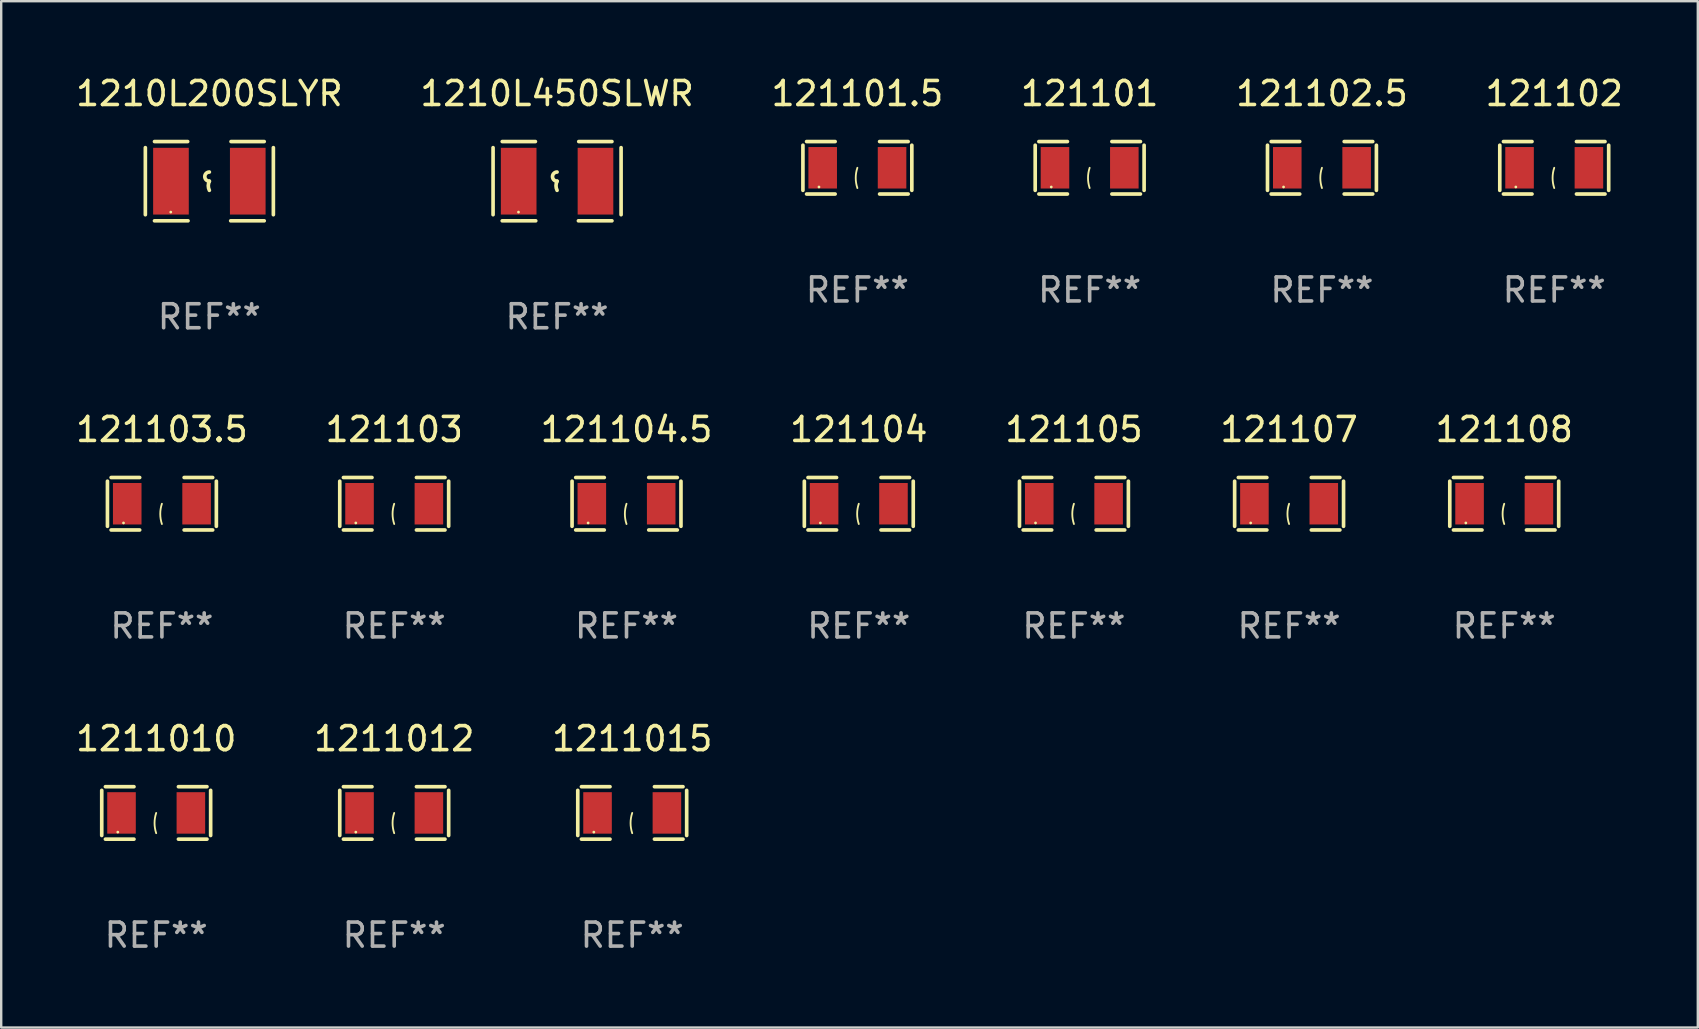
<source format=kicad_pcb>
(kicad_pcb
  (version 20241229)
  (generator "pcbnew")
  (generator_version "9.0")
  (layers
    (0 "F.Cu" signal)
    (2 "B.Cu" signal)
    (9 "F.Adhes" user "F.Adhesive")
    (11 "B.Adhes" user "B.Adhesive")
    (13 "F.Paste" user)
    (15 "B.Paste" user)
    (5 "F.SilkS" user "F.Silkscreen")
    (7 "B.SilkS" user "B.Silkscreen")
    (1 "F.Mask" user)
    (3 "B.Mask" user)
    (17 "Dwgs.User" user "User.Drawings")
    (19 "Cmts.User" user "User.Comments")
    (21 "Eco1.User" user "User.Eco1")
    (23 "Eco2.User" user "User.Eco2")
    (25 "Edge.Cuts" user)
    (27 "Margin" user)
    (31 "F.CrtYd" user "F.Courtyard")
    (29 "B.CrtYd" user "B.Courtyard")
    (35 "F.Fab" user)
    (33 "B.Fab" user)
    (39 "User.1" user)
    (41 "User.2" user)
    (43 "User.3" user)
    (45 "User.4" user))
  (footprint "1211012"
    (layer "F.Cu")
    (at 13.375 30.821)
    (property "Reference" "1211012" (at 0 -3.093 0) (layer "F.SilkS") (effects (font (size 1 1) (thickness 0.15))))
    (attr through_hole)
    (fp_line (start -2.269 -0.94) (end -2.269 0.94) (stroke (width 0.152) (type solid)) (layer "F.SilkS"))
    (fp_line (start -2.116 1.093) (end -0.926 1.093) (stroke (width 0.152) (type solid)) (layer "F.SilkS"))
    (fp_line (start -0.926 -1.093) (end -2.116 -1.093) (stroke (width 0.152) (type solid)) (layer "F.SilkS"))
    (fp_line (start 0.926 -1.093) (end 2.116 -1.093) (stroke (width 0.152) (type solid)) (layer "F.SilkS"))
    (fp_line (start 2.116 1.093) (end 0.926 1.093) (stroke (width 0.152) (type solid)) (layer "F.SilkS"))
    (fp_line (start 2.269 -0.94) (end 2.269 0.94) (stroke (width 0.152) (type solid)) (layer "F.SilkS"))
    (fp_arc (start 0 0.844951) (mid -0.068559 0.422475) (end 0 0) (stroke (width 0.0762) (type solid)) (layer "F.SilkS"))
    (fp_circle (center -1.6 0.8) (end -1.57 0.8) (stroke (width 0.06) (type solid)) (fill no) (layer "F.SilkS"))
    (fp_text user "REF**" (at 0 5.093 0) (layer "F.Fab") (effects (font (size 1 1) (thickness 0.15))))
    (pad "1" smd rect (at -1.445 0) (size 1.19 1.728) (layers "F.Cu" "F.Mask" "F.Paste"))
    (pad "2" smd rect (at 1.445 0) (size 1.19 1.728) (layers "F.Cu" "F.Mask" "F.Paste")))
  (footprint "1210L200SLYR"
    (layer "F.Cu")
    (at 5.673 4.499)
    (property "Reference" "1210L200SLYR" (at 0 -3.651 0) (layer "F.SilkS") (effects (font (size 1 1) (thickness 0.15))))
    (attr through_hole)
    (fp_line (start -2.667 -1.397) (end -2.667 1.397) (stroke (width 0.152) (type solid)) (layer "F.SilkS"))
    (fp_line (start -2.286 -1.651) (end -0.903 -1.651) (stroke (width 0.152) (type solid)) (layer "F.SilkS"))
    (fp_line (start -0.889 1.651) (end -2.286 1.651) (stroke (width 0.152) (type solid)) (layer "F.SilkS"))
    (fp_line (start 0.889 1.651) (end 2.286 1.651) (stroke (width 0.152) (type solid)) (layer "F.SilkS"))
    (fp_line (start 2.286 -1.651) (end 0.903 -1.651) (stroke (width 0.152) (type solid)) (layer "F.SilkS"))
    (fp_line (start 2.667 -1.397) (end 2.667 1.397) (stroke (width 0.152) (type solid)) (layer "F.SilkS"))
    (fp_arc (start 0 0) (mid -0.1905 -0.1905) (end 0 -0.381) (stroke (width 0.151994) (type solid)) (layer "F.SilkS"))
    (fp_arc (start 0 0.381001) (mid -0.044971 0.1905) (end 0 0) (stroke (width 0.151994) (type solid)) (layer "F.SilkS"))
    (fp_circle (center -1.608 1.288) (end -1.578 1.288) (stroke (width 0.06) (type solid)) (fill no) (layer "F.SilkS"))
    (fp_text user "REF**" (at 0 5.651 0) (layer "F.Fab") (effects (font (size 1 1) (thickness 0.15))))
    (pad "1" smd rect (at -1.6 0) (size 1.485 2.781) (layers "F.Cu" "F.Mask" "F.Paste"))
    (pad "2" smd rect (at 1.6 0) (size 1.485 2.781) (layers "F.Cu" "F.Mask" "F.Paste")))
  (footprint "121102.5"
    (layer "F.Cu")
    (at 52.03 3.941)
    (property "Reference" "121102.5" (at 0 -3.093 0) (layer "F.SilkS") (effects (font (size 1 1) (thickness 0.15))))
    (attr through_hole)
    (fp_line (start -2.269 -0.94) (end -2.269 0.94) (stroke (width 0.152) (type solid)) (layer "F.SilkS"))
    (fp_line (start -2.116 1.093) (end -0.926 1.093) (stroke (width 0.152) (type solid)) (layer "F.SilkS"))
    (fp_line (start -0.926 -1.093) (end -2.116 -1.093) (stroke (width 0.152) (type solid)) (layer "F.SilkS"))
    (fp_line (start 0.926 -1.093) (end 2.116 -1.093) (stroke (width 0.152) (type solid)) (layer "F.SilkS"))
    (fp_line (start 2.116 1.093) (end 0.926 1.093) (stroke (width 0.152) (type solid)) (layer "F.SilkS"))
    (fp_line (start 2.269 -0.94) (end 2.269 0.94) (stroke (width 0.152) (type solid)) (layer "F.SilkS"))
    (fp_arc (start 0 0.844951) (mid -0.068559 0.422475) (end 0 0) (stroke (width 0.0762) (type solid)) (layer "F.SilkS"))
    (fp_circle (center -1.6 0.8) (end -1.57 0.8) (stroke (width 0.06) (type solid)) (fill no) (layer "F.SilkS"))
    (fp_text user "REF**" (at 0 5.093 0) (layer "F.Fab") (effects (font (size 1 1) (thickness 0.15))))
    (pad "1" smd rect (at -1.445 0) (size 1.19 1.728) (layers "F.Cu" "F.Mask" "F.Paste"))
    (pad "2" smd rect (at 1.445 0) (size 1.19 1.728) (layers "F.Cu" "F.Mask" "F.Paste")))
  (footprint "121101"
    (layer "F.Cu")
    (at 42.351 3.941)
    (property "Reference" "121101" (at 0 -3.093 0) (layer "F.SilkS") (effects (font (size 1 1) (thickness 0.15))))
    (attr through_hole)
    (fp_line (start -2.269 -0.94) (end -2.269 0.94) (stroke (width 0.152) (type solid)) (layer "F.SilkS"))
    (fp_line (start -2.116 1.093) (end -0.926 1.093) (stroke (width 0.152) (type solid)) (layer "F.SilkS"))
    (fp_line (start -0.926 -1.093) (end -2.116 -1.093) (stroke (width 0.152) (type solid)) (layer "F.SilkS"))
    (fp_line (start 0.926 -1.093) (end 2.116 -1.093) (stroke (width 0.152) (type solid)) (layer "F.SilkS"))
    (fp_line (start 2.116 1.093) (end 0.926 1.093) (stroke (width 0.152) (type solid)) (layer "F.SilkS"))
    (fp_line (start 2.269 -0.94) (end 2.269 0.94) (stroke (width 0.152) (type solid)) (layer "F.SilkS"))
    (fp_arc (start 0 0.844951) (mid -0.068559 0.422475) (end 0 0) (stroke (width 0.0762) (type solid)) (layer "F.SilkS"))
    (fp_circle (center -1.6 0.8) (end -1.57 0.8) (stroke (width 0.06) (type solid)) (fill no) (layer "F.SilkS"))
    (fp_text user "REF**" (at 0 5.093 0) (layer "F.Fab") (effects (font (size 1 1) (thickness 0.15))))
    (pad "1" smd rect (at -1.445 0) (size 1.19 1.728) (layers "F.Cu" "F.Mask" "F.Paste"))
    (pad "2" smd rect (at 1.445 0) (size 1.19 1.728) (layers "F.Cu" "F.Mask" "F.Paste")))
  (footprint "121101.5"
    (layer "F.Cu")
    (at 32.673 3.941)
    (property "Reference" "121101.5" (at 0 -3.093 0) (layer "F.SilkS") (effects (font (size 1 1) (thickness 0.15))))
    (attr through_hole)
    (fp_line (start -2.269 -0.94) (end -2.269 0.94) (stroke (width 0.152) (type solid)) (layer "F.SilkS"))
    (fp_line (start -2.116 1.093) (end -0.926 1.093) (stroke (width 0.152) (type solid)) (layer "F.SilkS"))
    (fp_line (start -0.926 -1.093) (end -2.116 -1.093) (stroke (width 0.152) (type solid)) (layer "F.SilkS"))
    (fp_line (start 0.926 -1.093) (end 2.116 -1.093) (stroke (width 0.152) (type solid)) (layer "F.SilkS"))
    (fp_line (start 2.116 1.093) (end 0.926 1.093) (stroke (width 0.152) (type solid)) (layer "F.SilkS"))
    (fp_line (start 2.269 -0.94) (end 2.269 0.94) (stroke (width 0.152) (type solid)) (layer "F.SilkS"))
    (fp_arc (start 0 0.844951) (mid -0.068559 0.422475) (end 0 0) (stroke (width 0.0762) (type solid)) (layer "F.SilkS"))
    (fp_circle (center -1.6 0.8) (end -1.57 0.8) (stroke (width 0.06) (type solid)) (fill no) (layer "F.SilkS"))
    (fp_text user "REF**" (at 0 5.093 0) (layer "F.Fab") (effects (font (size 1 1) (thickness 0.15))))
    (pad "1" smd rect (at -1.445 0) (size 1.19 1.728) (layers "F.Cu" "F.Mask" "F.Paste"))
    (pad "2" smd rect (at 1.445 0) (size 1.19 1.728) (layers "F.Cu" "F.Mask" "F.Paste")))
  (footprint "121104.5"
    (layer "F.Cu")
    (at 23.054 17.939)
    (property "Reference" "121104.5" (at 0 -3.093 0) (layer "F.SilkS") (effects (font (size 1 1) (thickness 0.15))))
    (attr through_hole)
    (fp_line (start -2.269 -0.94) (end -2.269 0.94) (stroke (width 0.152) (type solid)) (layer "F.SilkS"))
    (fp_line (start -2.116 1.093) (end -0.926 1.093) (stroke (width 0.152) (type solid)) (layer "F.SilkS"))
    (fp_line (start -0.926 -1.093) (end -2.116 -1.093) (stroke (width 0.152) (type solid)) (layer "F.SilkS"))
    (fp_line (start 0.926 -1.093) (end 2.116 -1.093) (stroke (width 0.152) (type solid)) (layer "F.SilkS"))
    (fp_line (start 2.116 1.093) (end 0.926 1.093) (stroke (width 0.152) (type solid)) (layer "F.SilkS"))
    (fp_line (start 2.269 -0.94) (end 2.269 0.94) (stroke (width 0.152) (type solid)) (layer "F.SilkS"))
    (fp_arc (start 0 0.844951) (mid -0.068559 0.422475) (end 0 0) (stroke (width 0.0762) (type solid)) (layer "F.SilkS"))
    (fp_circle (center -1.6 0.8) (end -1.57 0.8) (stroke (width 0.06) (type solid)) (fill no) (layer "F.SilkS"))
    (fp_text user "REF**" (at 0 5.093 0) (layer "F.Fab") (effects (font (size 1 1) (thickness 0.15))))
    (pad "1" smd rect (at -1.445 0) (size 1.19 1.728) (layers "F.Cu" "F.Mask" "F.Paste"))
    (pad "2" smd rect (at 1.445 0) (size 1.19 1.728) (layers "F.Cu" "F.Mask" "F.Paste")))
  (footprint "121105"
    (layer "F.Cu")
    (at 41.696 17.939)
    (property "Reference" "121105" (at 0 -3.093 0) (layer "F.SilkS") (effects (font (size 1 1) (thickness 0.15))))
    (attr through_hole)
    (fp_line (start -2.269 -0.94) (end -2.269 0.94) (stroke (width 0.152) (type solid)) (layer "F.SilkS"))
    (fp_line (start -2.116 1.093) (end -0.926 1.093) (stroke (width 0.152) (type solid)) (layer "F.SilkS"))
    (fp_line (start -0.926 -1.093) (end -2.116 -1.093) (stroke (width 0.152) (type solid)) (layer "F.SilkS"))
    (fp_line (start 0.926 -1.093) (end 2.116 -1.093) (stroke (width 0.152) (type solid)) (layer "F.SilkS"))
    (fp_line (start 2.116 1.093) (end 0.926 1.093) (stroke (width 0.152) (type solid)) (layer "F.SilkS"))
    (fp_line (start 2.269 -0.94) (end 2.269 0.94) (stroke (width 0.152) (type solid)) (layer "F.SilkS"))
    (fp_arc (start 0 0.844951) (mid -0.068559 0.422475) (end 0 0) (stroke (width 0.0762) (type solid)) (layer "F.SilkS"))
    (fp_circle (center -1.6 0.8) (end -1.57 0.8) (stroke (width 0.06) (type solid)) (fill no) (layer "F.SilkS"))
    (fp_text user "REF**" (at 0 5.093 0) (layer "F.Fab") (effects (font (size 1 1) (thickness 0.15))))
    (pad "1" smd rect (at -1.445 0) (size 1.19 1.728) (layers "F.Cu" "F.Mask" "F.Paste"))
    (pad "2" smd rect (at 1.445 0) (size 1.19 1.728) (layers "F.Cu" "F.Mask" "F.Paste")))
  (footprint "121103.5"
    (layer "F.Cu")
    (at 3.696 17.939)
    (property "Reference" "121103.5" (at 0 -3.093 0) (layer "F.SilkS") (effects (font (size 1 1) (thickness 0.15))))
    (attr through_hole)
    (fp_line (start -2.269 -0.94) (end -2.269 0.94) (stroke (width 0.152) (type solid)) (layer "F.SilkS"))
    (fp_line (start -2.116 1.093) (end -0.926 1.093) (stroke (width 0.152) (type solid)) (layer "F.SilkS"))
    (fp_line (start -0.926 -1.093) (end -2.116 -1.093) (stroke (width 0.152) (type solid)) (layer "F.SilkS"))
    (fp_line (start 0.926 -1.093) (end 2.116 -1.093) (stroke (width 0.152) (type solid)) (layer "F.SilkS"))
    (fp_line (start 2.116 1.093) (end 0.926 1.093) (stroke (width 0.152) (type solid)) (layer "F.SilkS"))
    (fp_line (start 2.269 -0.94) (end 2.269 0.94) (stroke (width 0.152) (type solid)) (layer "F.SilkS"))
    (fp_arc (start 0 0.844951) (mid -0.068559 0.422475) (end 0 0) (stroke (width 0.0762) (type solid)) (layer "F.SilkS"))
    (fp_circle (center -1.6 0.8) (end -1.57 0.8) (stroke (width 0.06) (type solid)) (fill no) (layer "F.SilkS"))
    (fp_text user "REF**" (at 0 5.093 0) (layer "F.Fab") (effects (font (size 1 1) (thickness 0.15))))
    (pad "1" smd rect (at -1.445 0) (size 1.19 1.728) (layers "F.Cu" "F.Mask" "F.Paste"))
    (pad "2" smd rect (at 1.445 0) (size 1.19 1.728) (layers "F.Cu" "F.Mask" "F.Paste")))
  (footprint "121102"
    (layer "F.Cu")
    (at 61.708 3.941)
    (property "Reference" "121102" (at 0 -3.093 0) (layer "F.SilkS") (effects (font (size 1 1) (thickness 0.15))))
    (attr through_hole)
    (fp_line (start -2.269 -0.94) (end -2.269 0.94) (stroke (width 0.152) (type solid)) (layer "F.SilkS"))
    (fp_line (start -2.116 1.093) (end -0.926 1.093) (stroke (width 0.152) (type solid)) (layer "F.SilkS"))
    (fp_line (start -0.926 -1.093) (end -2.116 -1.093) (stroke (width 0.152) (type solid)) (layer "F.SilkS"))
    (fp_line (start 0.926 -1.093) (end 2.116 -1.093) (stroke (width 0.152) (type solid)) (layer "F.SilkS"))
    (fp_line (start 2.116 1.093) (end 0.926 1.093) (stroke (width 0.152) (type solid)) (layer "F.SilkS"))
    (fp_line (start 2.269 -0.94) (end 2.269 0.94) (stroke (width 0.152) (type solid)) (layer "F.SilkS"))
    (fp_arc (start 0 0.844951) (mid -0.068559 0.422475) (end 0 0) (stroke (width 0.0762) (type solid)) (layer "F.SilkS"))
    (fp_circle (center -1.6 0.8) (end -1.57 0.8) (stroke (width 0.06) (type solid)) (fill no) (layer "F.SilkS"))
    (fp_text user "REF**" (at 0 5.093 0) (layer "F.Fab") (effects (font (size 1 1) (thickness 0.15))))
    (pad "1" smd rect (at -1.445 0) (size 1.19 1.728) (layers "F.Cu" "F.Mask" "F.Paste"))
    (pad "2" smd rect (at 1.445 0) (size 1.19 1.728) (layers "F.Cu" "F.Mask" "F.Paste")))
  (footprint "121103"
    (layer "F.Cu")
    (at 13.375 17.939)
    (property "Reference" "121103" (at 0 -3.093 0) (layer "F.SilkS") (effects (font (size 1 1) (thickness 0.15))))
    (attr through_hole)
    (fp_line (start -2.269 -0.94) (end -2.269 0.94) (stroke (width 0.152) (type solid)) (layer "F.SilkS"))
    (fp_line (start -2.116 1.093) (end -0.926 1.093) (stroke (width 0.152) (type solid)) (layer "F.SilkS"))
    (fp_line (start -0.926 -1.093) (end -2.116 -1.093) (stroke (width 0.152) (type solid)) (layer "F.SilkS"))
    (fp_line (start 0.926 -1.093) (end 2.116 -1.093) (stroke (width 0.152) (type solid)) (layer "F.SilkS"))
    (fp_line (start 2.116 1.093) (end 0.926 1.093) (stroke (width 0.152) (type solid)) (layer "F.SilkS"))
    (fp_line (start 2.269 -0.94) (end 2.269 0.94) (stroke (width 0.152) (type solid)) (layer "F.SilkS"))
    (fp_arc (start 0 0.844951) (mid -0.068559 0.422475) (end 0 0) (stroke (width 0.0762) (type solid)) (layer "F.SilkS"))
    (fp_circle (center -1.6 0.8) (end -1.57 0.8) (stroke (width 0.06) (type solid)) (fill no) (layer "F.SilkS"))
    (fp_text user "REF**" (at 0 5.093 0) (layer "F.Fab") (effects (font (size 1 1) (thickness 0.15))))
    (pad "1" smd rect (at -1.445 0) (size 1.19 1.728) (layers "F.Cu" "F.Mask" "F.Paste"))
    (pad "2" smd rect (at 1.445 0) (size 1.19 1.728) (layers "F.Cu" "F.Mask" "F.Paste")))
  (footprint "1211015"
    (layer "F.Cu")
    (at 23.292 30.821)
    (property "Reference" "1211015" (at 0 -3.093 0) (layer "F.SilkS") (effects (font (size 1 1) (thickness 0.15))))
    (attr through_hole)
    (fp_line (start -2.269 -0.94) (end -2.269 0.94) (stroke (width 0.152) (type solid)) (layer "F.SilkS"))
    (fp_line (start -2.116 1.093) (end -0.926 1.093) (stroke (width 0.152) (type solid)) (layer "F.SilkS"))
    (fp_line (start -0.926 -1.093) (end -2.116 -1.093) (stroke (width 0.152) (type solid)) (layer "F.SilkS"))
    (fp_line (start 0.926 -1.093) (end 2.116 -1.093) (stroke (width 0.152) (type solid)) (layer "F.SilkS"))
    (fp_line (start 2.116 1.093) (end 0.926 1.093) (stroke (width 0.152) (type solid)) (layer "F.SilkS"))
    (fp_line (start 2.269 -0.94) (end 2.269 0.94) (stroke (width 0.152) (type solid)) (layer "F.SilkS"))
    (fp_arc (start 0 0.844951) (mid -0.068559 0.422475) (end 0 0) (stroke (width 0.0762) (type solid)) (layer "F.SilkS"))
    (fp_circle (center -1.6 0.8) (end -1.57 0.8) (stroke (width 0.06) (type solid)) (fill no) (layer "F.SilkS"))
    (fp_text user "REF**" (at 0 5.093 0) (layer "F.Fab") (effects (font (size 1 1) (thickness 0.15))))
    (pad "1" smd rect (at -1.445 0) (size 1.19 1.728) (layers "F.Cu" "F.Mask" "F.Paste"))
    (pad "2" smd rect (at 1.445 0) (size 1.19 1.728) (layers "F.Cu" "F.Mask" "F.Paste")))
  (footprint "1210L450SLWR"
    (layer "F.Cu")
    (at 20.161 4.499)
    (property "Reference" "1210L450SLWR" (at 0 -3.651 0) (layer "F.SilkS") (effects (font (size 1 1) (thickness 0.15))))
    (attr through_hole)
    (fp_line (start -2.667 -1.397) (end -2.667 1.397) (stroke (width 0.152) (type solid)) (layer "F.SilkS"))
    (fp_line (start -2.286 -1.651) (end -0.903 -1.651) (stroke (width 0.152) (type solid)) (layer "F.SilkS"))
    (fp_line (start -0.889 1.651) (end -2.286 1.651) (stroke (width 0.152) (type solid)) (layer "F.SilkS"))
    (fp_line (start 0.889 1.651) (end 2.286 1.651) (stroke (width 0.152) (type solid)) (layer "F.SilkS"))
    (fp_line (start 2.286 -1.651) (end 0.903 -1.651) (stroke (width 0.152) (type solid)) (layer "F.SilkS"))
    (fp_line (start 2.667 -1.397) (end 2.667 1.397) (stroke (width 0.152) (type solid)) (layer "F.SilkS"))
    (fp_arc (start 0 0) (mid -0.1905 -0.1905) (end 0 -0.381) (stroke (width 0.151994) (type solid)) (layer "F.SilkS"))
    (fp_arc (start 0 0.381001) (mid -0.044971 0.1905) (end 0 0) (stroke (width 0.151994) (type solid)) (layer "F.SilkS"))
    (fp_circle (center -1.608 1.288) (end -1.578 1.288) (stroke (width 0.06) (type solid)) (fill no) (layer "F.SilkS"))
    (fp_text user "REF**" (at 0 5.651 0) (layer "F.Fab") (effects (font (size 1 1) (thickness 0.15))))
    (pad "1" smd rect (at -1.6 0) (size 1.485 2.781) (layers "F.Cu" "F.Mask" "F.Paste"))
    (pad "2" smd rect (at 1.6 0) (size 1.485 2.781) (layers "F.Cu" "F.Mask" "F.Paste")))
  (footprint "1211010"
    (layer "F.Cu")
    (at 3.458 30.821)
    (property "Reference" "1211010" (at 0 -3.093 0) (layer "F.SilkS") (effects (font (size 1 1) (thickness 0.15))))
    (attr through_hole)
    (fp_line (start -2.269 -0.94) (end -2.269 0.94) (stroke (width 0.152) (type solid)) (layer "F.SilkS"))
    (fp_line (start -2.116 1.093) (end -0.926 1.093) (stroke (width 0.152) (type solid)) (layer "F.SilkS"))
    (fp_line (start -0.926 -1.093) (end -2.116 -1.093) (stroke (width 0.152) (type solid)) (layer "F.SilkS"))
    (fp_line (start 0.926 -1.093) (end 2.116 -1.093) (stroke (width 0.152) (type solid)) (layer "F.SilkS"))
    (fp_line (start 2.116 1.093) (end 0.926 1.093) (stroke (width 0.152) (type solid)) (layer "F.SilkS"))
    (fp_line (start 2.269 -0.94) (end 2.269 0.94) (stroke (width 0.152) (type solid)) (layer "F.SilkS"))
    (fp_arc (start 0 0.844951) (mid -0.068559 0.422475) (end 0 0) (stroke (width 0.0762) (type solid)) (layer "F.SilkS"))
    (fp_circle (center -1.6 0.8) (end -1.57 0.8) (stroke (width 0.06) (type solid)) (fill no) (layer "F.SilkS"))
    (fp_text user "REF**" (at 0 5.093 0) (layer "F.Fab") (effects (font (size 1 1) (thickness 0.15))))
    (pad "1" smd rect (at -1.445 0) (size 1.19 1.728) (layers "F.Cu" "F.Mask" "F.Paste"))
    (pad "2" smd rect (at 1.445 0) (size 1.19 1.728) (layers "F.Cu" "F.Mask" "F.Paste")))
  (footprint "121104"
    (layer "F.Cu")
    (at 32.732 17.939)
    (property "Reference" "121104" (at 0 -3.093 0) (layer "F.SilkS") (effects (font (size 1 1) (thickness 0.15))))
    (attr through_hole)
    (fp_line (start -2.269 -0.94) (end -2.269 0.94) (stroke (width 0.152) (type solid)) (layer "F.SilkS"))
    (fp_line (start -2.116 1.093) (end -0.926 1.093) (stroke (width 0.152) (type solid)) (layer "F.SilkS"))
    (fp_line (start -0.926 -1.093) (end -2.116 -1.093) (stroke (width 0.152) (type solid)) (layer "F.SilkS"))
    (fp_line (start 0.926 -1.093) (end 2.116 -1.093) (stroke (width 0.152) (type solid)) (layer "F.SilkS"))
    (fp_line (start 2.116 1.093) (end 0.926 1.093) (stroke (width 0.152) (type solid)) (layer "F.SilkS"))
    (fp_line (start 2.269 -0.94) (end 2.269 0.94) (stroke (width 0.152) (type solid)) (layer "F.SilkS"))
    (fp_arc (start 0 0.844951) (mid -0.068559 0.422475) (end 0 0) (stroke (width 0.0762) (type solid)) (layer "F.SilkS"))
    (fp_circle (center -1.6 0.8) (end -1.57 0.8) (stroke (width 0.06) (type solid)) (fill no) (layer "F.SilkS"))
    (fp_text user "REF**" (at 0 5.093 0) (layer "F.Fab") (effects (font (size 1 1) (thickness 0.15))))
    (pad "1" smd rect (at -1.445 0) (size 1.19 1.728) (layers "F.Cu" "F.Mask" "F.Paste"))
    (pad "2" smd rect (at 1.445 0) (size 1.19 1.728) (layers "F.Cu" "F.Mask" "F.Paste")))
  (footprint "121107"
    (layer "F.Cu")
    (at 50.661 17.939)
    (property "Reference" "121107" (at 0 -3.093 0) (layer "F.SilkS") (effects (font (size 1 1) (thickness 0.15))))
    (attr through_hole)
    (fp_line (start -2.269 -0.94) (end -2.269 0.94) (stroke (width 0.152) (type solid)) (layer "F.SilkS"))
    (fp_line (start -2.116 1.093) (end -0.926 1.093) (stroke (width 0.152) (type solid)) (layer "F.SilkS"))
    (fp_line (start -0.926 -1.093) (end -2.116 -1.093) (stroke (width 0.152) (type solid)) (layer "F.SilkS"))
    (fp_line (start 0.926 -1.093) (end 2.116 -1.093) (stroke (width 0.152) (type solid)) (layer "F.SilkS"))
    (fp_line (start 2.116 1.093) (end 0.926 1.093) (stroke (width 0.152) (type solid)) (layer "F.SilkS"))
    (fp_line (start 2.269 -0.94) (end 2.269 0.94) (stroke (width 0.152) (type solid)) (layer "F.SilkS"))
    (fp_arc (start 0 0.844951) (mid -0.068559 0.422475) (end 0 0) (stroke (width 0.0762) (type solid)) (layer "F.SilkS"))
    (fp_circle (center -1.6 0.8) (end -1.57 0.8) (stroke (width 0.06) (type solid)) (fill no) (layer "F.SilkS"))
    (fp_text user "REF**" (at 0 5.093 0) (layer "F.Fab") (effects (font (size 1 1) (thickness 0.15))))
    (pad "1" smd rect (at -1.445 0) (size 1.19 1.728) (layers "F.Cu" "F.Mask" "F.Paste"))
    (pad "2" smd rect (at 1.445 0) (size 1.19 1.728) (layers "F.Cu" "F.Mask" "F.Paste")))
  (footprint "121108"
    (layer "F.Cu")
    (at 59.625 17.939)
    (property "Reference" "121108" (at 0 -3.093 0) (layer "F.SilkS") (effects (font (size 1 1) (thickness 0.15))))
    (attr through_hole)
    (fp_line (start -2.269 -0.94) (end -2.269 0.94) (stroke (width 0.152) (type solid)) (layer "F.SilkS"))
    (fp_line (start -2.116 1.093) (end -0.926 1.093) (stroke (width 0.152) (type solid)) (layer "F.SilkS"))
    (fp_line (start -0.926 -1.093) (end -2.116 -1.093) (stroke (width 0.152) (type solid)) (layer "F.SilkS"))
    (fp_line (start 0.926 -1.093) (end 2.116 -1.093) (stroke (width 0.152) (type solid)) (layer "F.SilkS"))
    (fp_line (start 2.116 1.093) (end 0.926 1.093) (stroke (width 0.152) (type solid)) (layer "F.SilkS"))
    (fp_line (start 2.269 -0.94) (end 2.269 0.94) (stroke (width 0.152) (type solid)) (layer "F.SilkS"))
    (fp_arc (start 0 0.844951) (mid -0.068559 0.422475) (end 0 0) (stroke (width 0.0762) (type solid)) (layer "F.SilkS"))
    (fp_circle (center -1.6 0.8) (end -1.57 0.8) (stroke (width 0.06) (type solid)) (fill no) (layer "F.SilkS"))
    (fp_text user "REF**" (at 0 5.093 0) (layer "F.Fab") (effects (font (size 1 1) (thickness 0.15))))
    (pad "1" smd rect (at -1.445 0) (size 1.19 1.728) (layers "F.Cu" "F.Mask" "F.Paste"))
    (pad "2" smd rect (at 1.445 0) (size 1.19 1.728) (layers "F.Cu" "F.Mask" "F.Paste")))
  (gr_rect
    (start -3 -3)
    (end 67.69 39.762)
    (stroke (width 0.1) (type default))
    (fill no)
    (layer "Edge.Cuts")))
</source>
